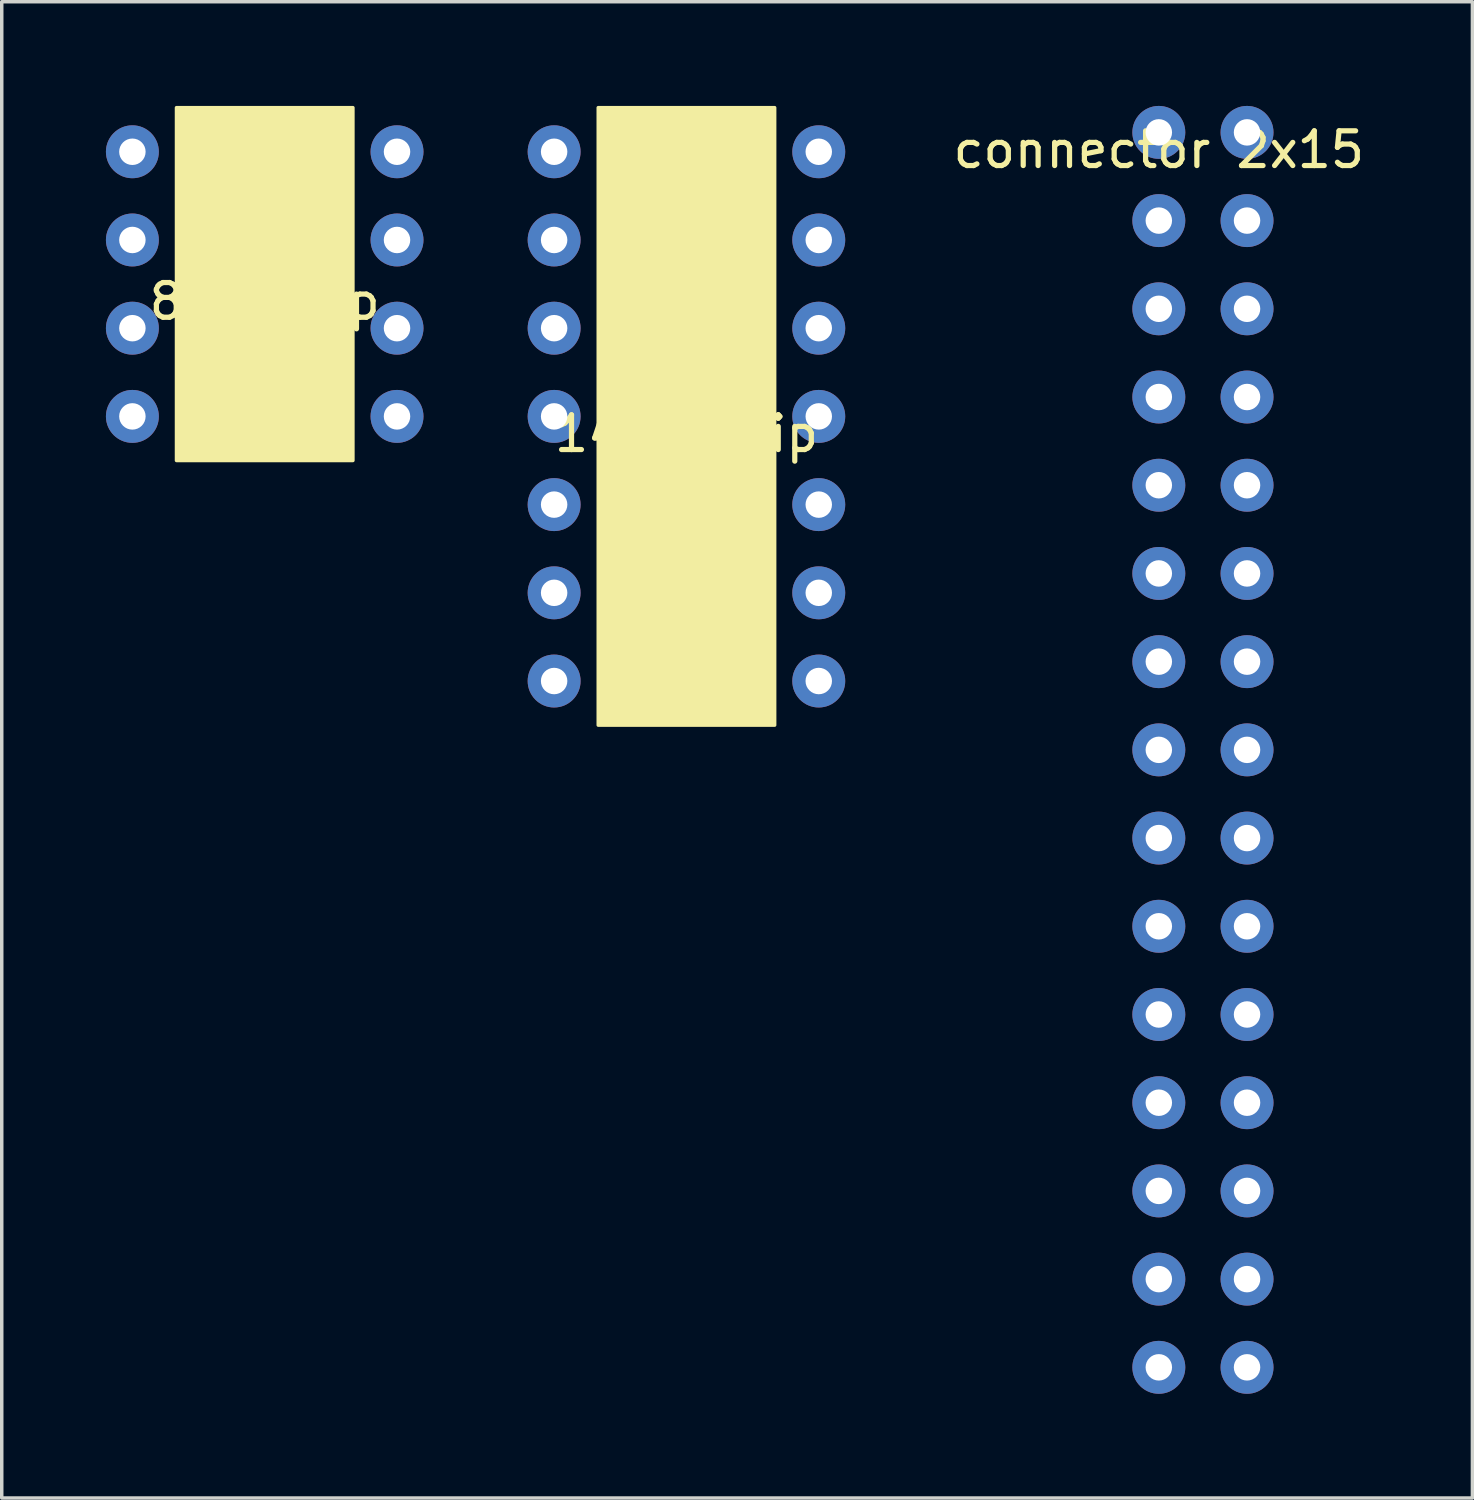
<source format=kicad_pcb>
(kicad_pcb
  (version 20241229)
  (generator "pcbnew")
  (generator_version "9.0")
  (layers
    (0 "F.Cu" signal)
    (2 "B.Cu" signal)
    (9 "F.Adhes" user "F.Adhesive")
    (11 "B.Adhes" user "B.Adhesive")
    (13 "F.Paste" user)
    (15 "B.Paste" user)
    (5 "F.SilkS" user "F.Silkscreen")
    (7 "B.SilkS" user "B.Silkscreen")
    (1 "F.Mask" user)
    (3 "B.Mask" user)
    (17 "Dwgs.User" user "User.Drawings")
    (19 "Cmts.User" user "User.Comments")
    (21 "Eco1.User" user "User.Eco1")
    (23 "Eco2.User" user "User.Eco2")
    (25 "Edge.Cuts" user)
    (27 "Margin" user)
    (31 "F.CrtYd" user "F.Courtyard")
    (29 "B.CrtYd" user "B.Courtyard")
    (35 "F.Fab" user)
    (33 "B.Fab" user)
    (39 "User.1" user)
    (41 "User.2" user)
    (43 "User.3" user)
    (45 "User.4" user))
  (footprint "14PinChip"
    (layer "F.Cu")
    (at 16.716 8.94)
    (property "Reference" "14PinChip" (at 0 0.5 0) (layer "F.SilkS") (effects (font (size 1 1) (thickness 0.15))))
    (attr through_hole)
    (fp_poly (pts (xy 2.54 8.89) (xy -2.54 8.89) (xy -2.54 -8.89) (xy 2.54 -8.89)) (stroke (width 0.1) (type solid)) (fill yes) (layer "F.SilkS"))
    (pad "1" thru_hole circle (at -3.81 -7.62) (size 1.524 1.524) (drill 0.762) (layers "*.Cu" "*.Mask"))
    (pad "2" thru_hole circle (at -3.81 -5.08) (size 1.524 1.524) (drill 0.762) (layers "*.Cu" "*.Mask"))
    (pad "3" thru_hole circle (at -3.81 -2.54) (size 1.524 1.524) (drill 0.762) (layers "*.Cu" "*.Mask"))
    (pad "4" thru_hole circle (at -3.81 0) (size 1.524 1.524) (drill 0.762) (layers "*.Cu" "*.Mask"))
    (pad "5" thru_hole circle (at -3.81 2.54) (size 1.524 1.524) (drill 0.762) (layers "*.Cu" "*.Mask"))
    (pad "6" thru_hole circle (at -3.81 5.08) (size 1.524 1.524) (drill 0.762) (layers "*.Cu" "*.Mask"))
    (pad "7" thru_hole circle (at -3.81 7.62) (size 1.524 1.524) (drill 0.762) (layers "*.Cu" "*.Mask"))
    (pad "8" thru_hole circle (at 3.81 7.62) (size 1.524 1.524) (drill 0.762) (layers "*.Cu" "*.Mask"))
    (pad "9" thru_hole circle (at 3.81 5.08) (size 1.524 1.524) (drill 0.762) (layers "*.Cu" "*.Mask"))
    (pad "10" thru_hole circle (at 3.81 2.54) (size 1.524 1.524) (drill 0.762) (layers "*.Cu" "*.Mask"))
    (pad "11" thru_hole circle (at 3.81 0) (size 1.524 1.524) (drill 0.762) (layers "*.Cu" "*.Mask"))
    (pad "12" thru_hole circle (at 3.81 -2.54) (size 1.524 1.524) (drill 0.762) (layers "*.Cu" "*.Mask"))
    (pad "13" thru_hole circle (at 3.81 -5.08) (size 1.524 1.524) (drill 0.762) (layers "*.Cu" "*.Mask"))
    (pad "14" thru_hole circle (at 3.81 -7.62) (size 1.524 1.524) (drill 0.762) (layers "*.Cu" "*.Mask")))
  (footprint "8PinChip"
    (layer "F.Cu")
    (at 4.572 5.13)
    (property "Reference" "8PinChip" (at 0 0.5 0) (layer "F.SilkS") (effects (font (size 1 1) (thickness 0.15))))
    (attr through_hole)
    (fp_poly (pts (xy 2.54 5.08) (xy -2.54 5.08) (xy -2.54 -5.08) (xy 2.54 -5.08)) (stroke (width 0.1) (type solid)) (fill yes) (layer "F.SilkS"))
    (pad "1" thru_hole circle (at -3.81 -3.81) (size 1.524 1.524) (drill 0.762) (layers "*.Cu" "*.Mask"))
    (pad "2" thru_hole circle (at -3.81 -1.27) (size 1.524 1.524) (drill 0.762) (layers "*.Cu" "*.Mask"))
    (pad "3" thru_hole circle (at -3.81 1.27) (size 1.524 1.524) (drill 0.762) (layers "*.Cu" "*.Mask"))
    (pad "4" thru_hole circle (at -3.81 3.81) (size 1.524 1.524) (drill 0.762) (layers "*.Cu" "*.Mask"))
    (pad "5" thru_hole circle (at 3.81 3.81) (size 1.524 1.524) (drill 0.762) (layers "*.Cu" "*.Mask"))
    (pad "6" thru_hole circle (at 3.81 1.27) (size 1.524 1.524) (drill 0.762) (layers "*.Cu" "*.Mask"))
    (pad "7" thru_hole circle (at 3.81 -1.27) (size 1.524 1.524) (drill 0.762) (layers "*.Cu" "*.Mask"))
    (pad "8" thru_hole circle (at 3.81 -3.81) (size 1.524 1.524) (drill 0.762) (layers "*.Cu" "*.Mask")))
  (footprint "connector 2x15"
    (layer "F.Cu")
    (at 30.318 0.762)
    (property "Reference" "connector 2x15" (at 0 0.5 0) (layer "F.SilkS") (effects (font (size 1 1) (thickness 0.15))))
    (attr through_hole)
    (pad "1" thru_hole circle (at 0 0) (size 1.524 1.524) (drill 0.762) (layers "*.Cu" "*.Mask"))
    (pad "2" thru_hole circle (at 0 2.54) (size 1.524 1.524) (drill 0.762) (layers "*.Cu" "*.Mask"))
    (pad "3" thru_hole circle (at 0 5.08) (size 1.524 1.524) (drill 0.762) (layers "*.Cu" "*.Mask"))
    (pad "4" thru_hole circle (at 0 7.62) (size 1.524 1.524) (drill 0.762) (layers "*.Cu" "*.Mask"))
    (pad "5" thru_hole circle (at 0 10.16) (size 1.524 1.524) (drill 0.762) (layers "*.Cu" "*.Mask"))
    (pad "6" thru_hole circle (at 0 12.7) (size 1.524 1.524) (drill 0.762) (layers "*.Cu" "*.Mask"))
    (pad "7" thru_hole circle (at 0 15.24) (size 1.524 1.524) (drill 0.762) (layers "*.Cu" "*.Mask"))
    (pad "8" thru_hole circle (at 0 17.78) (size 1.524 1.524) (drill 0.762) (layers "*.Cu" "*.Mask"))
    (pad "9" thru_hole circle (at 0 20.32) (size 1.524 1.524) (drill 0.762) (layers "*.Cu" "*.Mask"))
    (pad "10" thru_hole circle (at 0 22.86) (size 1.524 1.524) (drill 0.762) (layers "*.Cu" "*.Mask"))
    (pad "11" thru_hole circle (at 0 25.4) (size 1.524 1.524) (drill 0.762) (layers "*.Cu" "*.Mask"))
    (pad "12" thru_hole circle (at 0 27.94) (size 1.524 1.524) (drill 0.762) (layers "*.Cu" "*.Mask"))
    (pad "13" thru_hole circle (at 0 30.48) (size 1.524 1.524) (drill 0.762) (layers "*.Cu" "*.Mask"))
    (pad "14" thru_hole circle (at 0 33.02) (size 1.524 1.524) (drill 0.762) (layers "*.Cu" "*.Mask"))
    (pad "15" thru_hole circle (at 0 35.56) (size 1.524 1.524) (drill 0.762) (layers "*.Cu" "*.Mask"))
    (pad "16" thru_hole circle (at 2.54 35.56) (size 1.524 1.524) (drill 0.762) (layers "*.Cu" "*.Mask"))
    (pad "17" thru_hole circle (at 2.54 33.02) (size 1.524 1.524) (drill 0.762) (layers "*.Cu" "*.Mask"))
    (pad "18" thru_hole circle (at 2.54 30.48) (size 1.524 1.524) (drill 0.762) (layers "*.Cu" "*.Mask"))
    (pad "19" thru_hole circle (at 2.54 27.94) (size 1.524 1.524) (drill 0.762) (layers "*.Cu" "*.Mask"))
    (pad "20" thru_hole circle (at 2.54 25.4) (size 1.524 1.524) (drill 0.762) (layers "*.Cu" "*.Mask"))
    (pad "21" thru_hole circle (at 2.54 22.86) (size 1.524 1.524) (drill 0.762) (layers "*.Cu" "*.Mask"))
    (pad "22" thru_hole circle (at 2.54 20.32) (size 1.524 1.524) (drill 0.762) (layers "*.Cu" "*.Mask"))
    (pad "23" thru_hole circle (at 2.54 17.78) (size 1.524 1.524) (drill 0.762) (layers "*.Cu" "*.Mask"))
    (pad "24" thru_hole circle (at 2.54 15.24) (size 1.524 1.524) (drill 0.762) (layers "*.Cu" "*.Mask"))
    (pad "25" thru_hole circle (at 2.54 12.7) (size 1.524 1.524) (drill 0.762) (layers "*.Cu" "*.Mask"))
    (pad "26" thru_hole circle (at 2.54 10.16) (size 1.524 1.524) (drill 0.762) (layers "*.Cu" "*.Mask"))
    (pad "27" thru_hole circle (at 2.54 7.62) (size 1.524 1.524) (drill 0.762) (layers "*.Cu" "*.Mask"))
    (pad "28" thru_hole circle (at 2.54 5.08) (size 1.524 1.524) (drill 0.762) (layers "*.Cu" "*.Mask"))
    (pad "29" thru_hole circle (at 2.54 2.54) (size 1.524 1.524) (drill 0.762) (layers "*.Cu" "*.Mask"))
    (pad "30" thru_hole circle (at 2.54 0) (size 1.524 1.524) (drill 0.762) (layers "*.Cu" "*.Mask")))
  (gr_rect
    (start -3 -3)
    (end 39.348 40.084)
    (stroke (width 0.1) (type default))
    (fill no)
    (layer "Edge.Cuts")))
</source>
